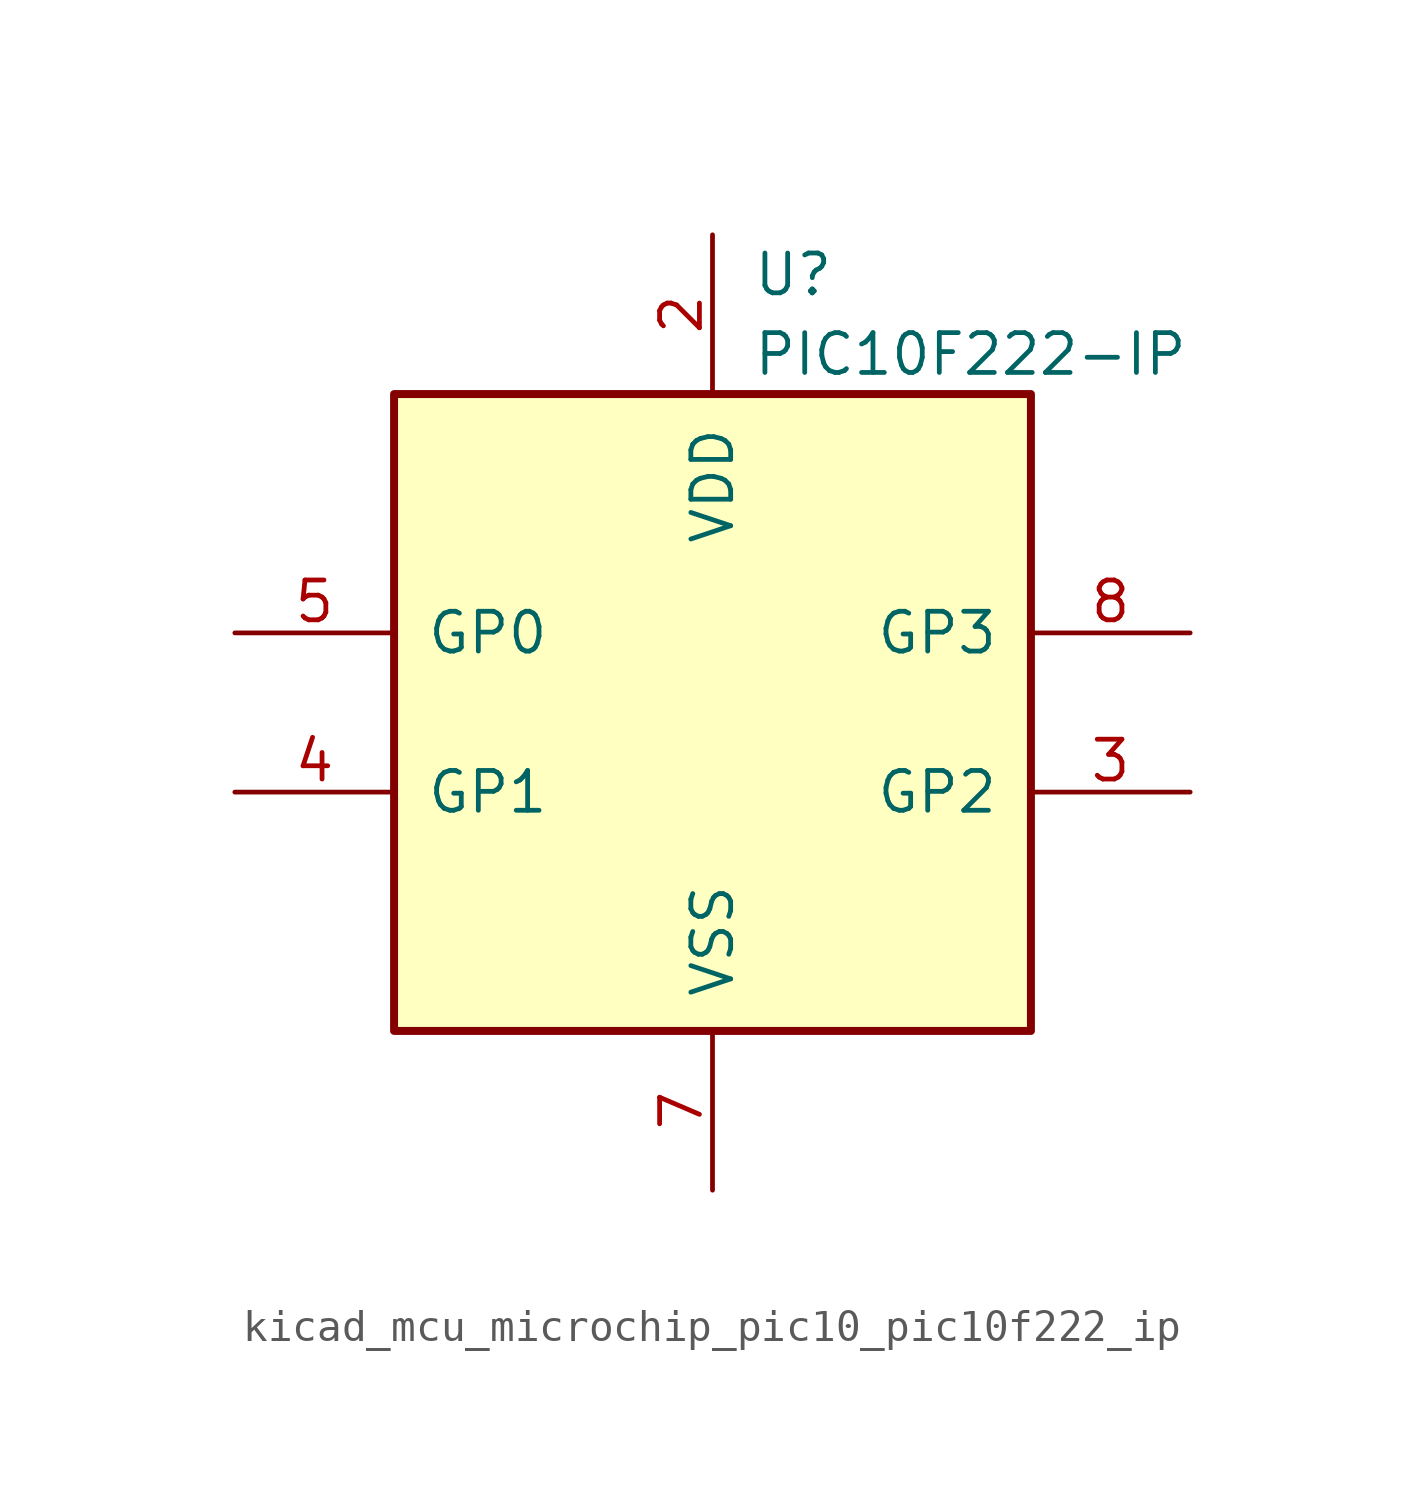
<source format=kicad_sym>
(kicad_symbol_lib
  (version 20220914)
  (generator kicad_symbol_editor)
  (symbol "kicad_mcu_microchip_pic10_pic10f222_ip"
    (pin_names
      (offset 1.016))
    (property "Reference" "U"
      (at 1.27 13.97 0)
      (effects (font (size 1.27 1.27)) (justify left)))
    (property "Value" "PIC10F222-IP"
      (at 1.27 11.43 0)
      (effects (font (size 1.27 1.27)) (justify left)))
    (symbol "kicad_mcu_microchip_pic10_pic10f222_ip_0_1"
      (rectangle (start -10.16 10.16) (end 10.16 -10.16) (stroke (width 0.254) (type default)) (fill (type background))))
    (symbol "kicad_mcu_microchip_pic10_pic10f222_ip_1_1"
      (pin power_in line (at 0 15.24 270) (length 5.08) (name "VDD" (effects (font (size 1.27 1.27)))) (number "2" (effects (font (size 1.27 1.27)))))
      (pin bidirectional line (at 15.24 -2.54 180) (length 5.08) (name "GP2" (effects (font (size 1.27 1.27)))) (number "3" (effects (font (size 1.27 1.27)))))
      (pin bidirectional line (at -15.24 -2.54 0) (length 5.08) (name "GP1" (effects (font (size 1.27 1.27)))) (number "4" (effects (font (size 1.27 1.27)))))
      (pin bidirectional line (at -15.24 2.54 0) (length 5.08) (name "GP0" (effects (font (size 1.27 1.27)))) (number "5" (effects (font (size 1.27 1.27)))))
      (pin power_in line (at 0 -15.24 90) (length 5.08) (name "VSS" (effects (font (size 1.27 1.27)))) (number "7" (effects (font (size 1.27 1.27)))))
      (pin input line (at 15.24 2.54 180) (length 5.08) (name "GP3" (effects (font (size 1.27 1.27)))) (number "8" (effects (font (size 1.27 1.27))))))))
</source>
